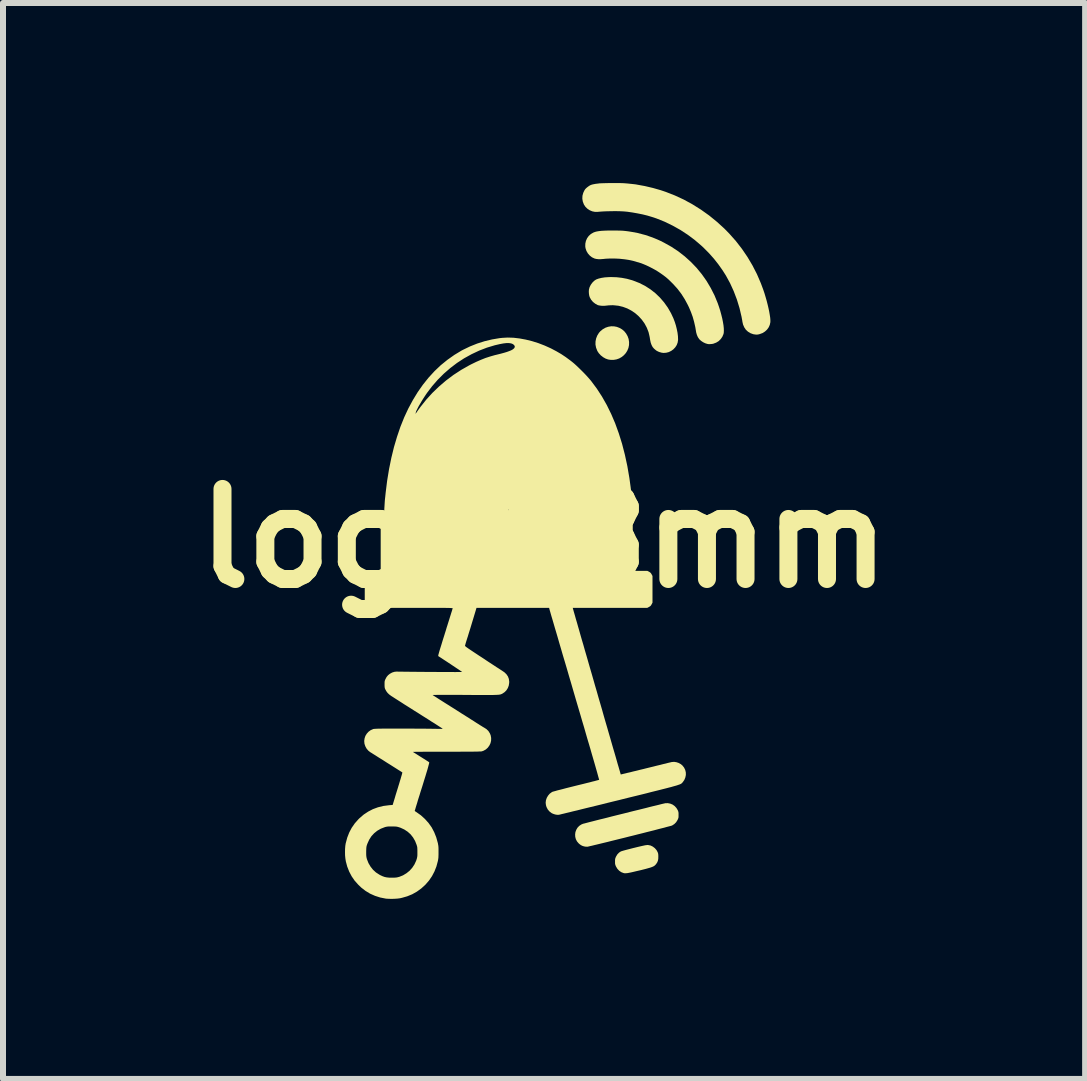
<source format=kicad_pcb>
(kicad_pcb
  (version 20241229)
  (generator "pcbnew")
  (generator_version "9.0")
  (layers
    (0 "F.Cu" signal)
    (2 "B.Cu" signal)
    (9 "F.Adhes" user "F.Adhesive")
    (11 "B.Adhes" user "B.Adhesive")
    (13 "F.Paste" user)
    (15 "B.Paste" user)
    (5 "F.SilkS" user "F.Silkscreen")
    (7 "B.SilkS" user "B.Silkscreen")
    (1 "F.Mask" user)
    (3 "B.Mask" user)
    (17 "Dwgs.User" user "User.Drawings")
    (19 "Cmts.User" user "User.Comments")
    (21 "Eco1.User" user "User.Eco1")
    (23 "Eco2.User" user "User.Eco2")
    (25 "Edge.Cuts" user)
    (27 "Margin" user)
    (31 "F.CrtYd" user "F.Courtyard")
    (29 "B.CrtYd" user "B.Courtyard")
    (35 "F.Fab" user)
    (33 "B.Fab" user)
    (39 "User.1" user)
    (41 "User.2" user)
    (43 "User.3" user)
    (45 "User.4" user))
  (footprint "logo_8mm"
    (layer "F.Cu")
    (at 6.014 5.918)
    (property "Reference" "logo_8mm" (at 0 0 0) (layer "F.SilkS") (effects (font (size 1.5 1.5) (thickness 0.3))))
    (attr board_only exclude_from_pos_files exclude_from_bom)
    (fp_poly (pts (xy 1.166 -3.531) (xy 1.213 -3.522) (xy 1.257 -3.505) (xy 1.299 -3.481) (xy 1.336 -3.45) (xy 1.367 -3.412) (xy 1.392 -3.368) (xy 1.409 -3.321) (xy 1.417 -3.27) (xy 1.416 -3.219) (xy 1.406 -3.171) (xy 1.388 -3.127) (xy 1.363 -3.086) (xy 1.331 -3.05) (xy 1.294 -3.02) (xy 1.252 -2.996) (xy 1.206 -2.98) (xy 1.157 -2.972) (xy 1.105 -2.973) (xy 1.067 -2.979) (xy 1.025 -2.994) (xy 0.983 -3.018) (xy 0.945 -3.048) (xy 0.913 -3.083) (xy 0.888 -3.12) (xy 0.887 -3.124) (xy 0.867 -3.175) (xy 0.857 -3.227) (xy 0.858 -3.28) (xy 0.868 -3.33) (xy 0.887 -3.378) (xy 0.915 -3.423) (xy 0.938 -3.449) (xy 0.979 -3.483) (xy 1.023 -3.508) (xy 1.07 -3.524) (xy 1.118 -3.532)) (stroke (width 0) (type solid)) (fill yes) (layer "F.SilkS"))
    (fp_poly (pts (xy 1.735 5.111) (xy 1.736 5.111) (xy 1.775 5.119) (xy 1.812 5.137) (xy 1.846 5.163) (xy 1.874 5.195) (xy 1.89 5.224) (xy 1.897 5.24) (xy 1.901 5.254) (xy 1.903 5.271) (xy 1.904 5.292) (xy 1.904 5.307) (xy 1.903 5.343) (xy 1.897 5.372) (xy 1.887 5.398) (xy 1.87 5.424) (xy 1.862 5.434) (xy 1.853 5.444) (xy 1.842 5.454) (xy 1.829 5.463) (xy 1.813 5.471) (xy 1.793 5.479) (xy 1.767 5.488) (xy 1.735 5.497) (xy 1.696 5.508) (xy 1.649 5.52) (xy 1.593 5.534) (xy 1.591 5.534) (xy 1.535 5.547) (xy 1.489 5.558) (xy 1.45 5.567) (xy 1.419 5.573) (xy 1.394 5.578) (xy 1.373 5.58) (xy 1.357 5.581) (xy 1.343 5.581) (xy 1.331 5.579) (xy 1.326 5.578) (xy 1.287 5.563) (xy 1.252 5.539) (xy 1.222 5.507) (xy 1.199 5.469) (xy 1.191 5.45) (xy 1.186 5.434) (xy 1.183 5.418) (xy 1.183 5.396) (xy 1.183 5.386) (xy 1.183 5.361) (xy 1.185 5.343) (xy 1.189 5.328) (xy 1.196 5.311) (xy 1.199 5.304) (xy 1.222 5.266) (xy 1.25 5.237) (xy 1.279 5.218) (xy 1.29 5.214) (xy 1.309 5.208) (xy 1.337 5.2) (xy 1.37 5.191) (xy 1.409 5.181) (xy 1.452 5.17) (xy 1.498 5.158) (xy 1.504 5.157) (xy 1.556 5.144) (xy 1.599 5.134) (xy 1.634 5.126) (xy 1.662 5.12) (xy 1.684 5.115) (xy 1.701 5.113) (xy 1.715 5.111) (xy 1.726 5.11)) (stroke (width 0) (type solid)) (fill yes) (layer "F.SilkS"))
    (fp_poly (pts (xy 1.21 -4.349) (xy 1.297 -4.339) (xy 1.382 -4.323) (xy 1.468 -4.299) (xy 1.488 -4.292) (xy 1.588 -4.253) (xy 1.683 -4.205) (xy 1.772 -4.148) (xy 1.855 -4.083) (xy 1.931 -4.01) (xy 2 -3.93) (xy 2.062 -3.843) (xy 2.116 -3.749) (xy 2.156 -3.663) (xy 2.178 -3.605) (xy 2.197 -3.545) (xy 2.212 -3.484) (xy 2.224 -3.424) (xy 2.231 -3.368) (xy 2.233 -3.318) (xy 2.233 -3.305) (xy 2.226 -3.26) (xy 2.21 -3.218) (xy 2.186 -3.181) (xy 2.155 -3.148) (xy 2.119 -3.122) (xy 2.078 -3.102) (xy 2.035 -3.091) (xy 1.99 -3.088) (xy 1.96 -3.092) (xy 1.917 -3.104) (xy 1.879 -3.122) (xy 1.861 -3.135) (xy 1.832 -3.16) (xy 1.809 -3.187) (xy 1.792 -3.219) (xy 1.778 -3.257) (xy 1.768 -3.303) (xy 1.765 -3.322) (xy 1.76 -3.353) (xy 1.753 -3.385) (xy 1.746 -3.414) (xy 1.741 -3.435) (xy 1.712 -3.509) (xy 1.675 -3.578) (xy 1.629 -3.642) (xy 1.577 -3.699) (xy 1.519 -3.75) (xy 1.455 -3.793) (xy 1.387 -3.829) (xy 1.314 -3.856) (xy 1.239 -3.874) (xy 1.162 -3.882) (xy 1.143 -3.883) (xy 1.114 -3.882) (xy 1.082 -3.881) (xy 1.053 -3.878) (xy 1.044 -3.877) (xy 1.005 -3.873) (xy 0.966 -3.873) (xy 0.931 -3.877) (xy 0.901 -3.883) (xy 0.895 -3.885) (xy 0.853 -3.908) (xy 0.815 -3.938) (xy 0.784 -3.975) (xy 0.761 -4.017) (xy 0.753 -4.043) (xy 0.748 -4.076) (xy 0.746 -4.11) (xy 0.748 -4.14) (xy 0.748 -4.144) (xy 0.759 -4.184) (xy 0.779 -4.223) (xy 0.805 -4.259) (xy 0.835 -4.289) (xy 0.867 -4.311) (xy 0.907 -4.326) (xy 0.956 -4.338) (xy 1.014 -4.347) (xy 1.08 -4.351) (xy 1.118 -4.352)) (stroke (width 0) (type solid)) (fill yes) (layer "F.SilkS"))
    (fp_poly (pts (xy 2.103 4.421) (xy 2.142 4.437) (xy 2.177 4.462) (xy 2.206 4.494) (xy 2.227 4.529) (xy 2.234 4.545) (xy 2.238 4.56) (xy 2.241 4.577) (xy 2.241 4.6) (xy 2.241 4.609) (xy 2.241 4.634) (xy 2.24 4.652) (xy 2.236 4.666) (xy 2.23 4.681) (xy 2.224 4.694) (xy 2.201 4.731) (xy 2.17 4.762) (xy 2.134 4.785) (xy 2.132 4.786) (xy 2.123 4.789) (xy 2.105 4.794) (xy 2.078 4.801) (xy 2.043 4.81) (xy 2.001 4.822) (xy 1.952 4.834) (xy 1.897 4.848) (xy 1.838 4.864) (xy 1.774 4.88) (xy 1.706 4.897) (xy 1.636 4.915) (xy 1.563 4.933) (xy 1.489 4.952) (xy 1.415 4.97) (xy 1.341 4.989) (xy 1.267 5.007) (xy 1.195 5.025) (xy 1.126 5.042) (xy 1.059 5.059) (xy 0.997 5.074) (xy 0.939 5.088) (xy 0.886 5.101) (xy 0.839 5.112) (xy 0.799 5.122) (xy 0.767 5.129) (xy 0.743 5.135) (xy 0.727 5.138) (xy 0.723 5.139) (xy 0.692 5.138) (xy 0.665 5.133) (xy 0.637 5.124) (xy 0.614 5.112) (xy 0.592 5.096) (xy 0.576 5.082) (xy 0.549 5.05) (xy 0.53 5.013) (xy 0.52 4.974) (xy 0.518 4.934) (xy 0.523 4.895) (xy 0.537 4.857) (xy 0.557 4.823) (xy 0.585 4.793) (xy 0.619 4.77) (xy 0.644 4.759) (xy 0.652 4.756) (xy 0.67 4.752) (xy 0.696 4.745) (xy 0.73 4.736) (xy 0.772 4.725) (xy 0.82 4.713) (xy 0.874 4.699) (xy 0.933 4.684) (xy 0.996 4.669) (xy 1.063 4.652) (xy 1.132 4.634) (xy 1.204 4.616) (xy 1.277 4.598) (xy 1.35 4.58) (xy 1.424 4.561) (xy 1.496 4.543) (xy 1.567 4.526) (xy 1.635 4.509) (xy 1.7 4.493) (xy 1.761 4.477) (xy 1.818 4.463) (xy 1.869 4.451) (xy 1.914 4.44) (xy 1.952 4.43) (xy 1.982 4.423) (xy 2.004 4.418) (xy 2.017 4.415) (xy 2.02 4.414) (xy 2.062 4.413)) (stroke (width 0) (type solid)) (fill yes) (layer "F.SilkS"))
    (fp_poly (pts (xy 1.218 -5.918) (xy 1.258 -5.918) (xy 1.292 -5.917) (xy 1.32 -5.916) (xy 1.338 -5.915) (xy 1.389 -5.911) (xy 1.436 -5.906) (xy 1.476 -5.902) (xy 1.51 -5.898) (xy 1.534 -5.895) (xy 1.538 -5.894) (xy 1.68 -5.868) (xy 1.816 -5.836) (xy 1.945 -5.799) (xy 2.028 -5.771) (xy 2.181 -5.711) (xy 2.33 -5.642) (xy 2.476 -5.562) (xy 2.616 -5.474) (xy 2.752 -5.377) (xy 2.882 -5.271) (xy 3.007 -5.157) (xy 3.089 -5.073) (xy 3.197 -4.951) (xy 3.297 -4.822) (xy 3.389 -4.687) (xy 3.472 -4.547) (xy 3.547 -4.401) (xy 3.612 -4.25) (xy 3.652 -4.143) (xy 3.673 -4.081) (xy 3.692 -4.017) (xy 3.71 -3.954) (xy 3.726 -3.891) (xy 3.74 -3.831) (xy 3.752 -3.774) (xy 3.761 -3.721) (xy 3.768 -3.675) (xy 3.771 -3.636) (xy 3.771 -3.606) (xy 3.771 -3.601) (xy 3.761 -3.555) (xy 3.742 -3.513) (xy 3.715 -3.476) (xy 3.68 -3.444) (xy 3.64 -3.419) (xy 3.594 -3.402) (xy 3.575 -3.397) (xy 3.548 -3.393) (xy 3.525 -3.394) (xy 3.498 -3.398) (xy 3.486 -3.4) (xy 3.439 -3.417) (xy 3.398 -3.442) (xy 3.363 -3.474) (xy 3.336 -3.514) (xy 3.316 -3.56) (xy 3.305 -3.608) (xy 3.303 -3.624) (xy 3.299 -3.646) (xy 3.294 -3.671) (xy 3.292 -3.685) (xy 3.257 -3.834) (xy 3.213 -3.978) (xy 3.16 -4.117) (xy 3.099 -4.251) (xy 3.029 -4.379) (xy 2.975 -4.464) (xy 2.905 -4.563) (xy 2.831 -4.657) (xy 2.751 -4.747) (xy 2.664 -4.835) (xy 2.618 -4.878) (xy 2.508 -4.972) (xy 2.391 -5.059) (xy 2.268 -5.139) (xy 2.139 -5.211) (xy 2.007 -5.275) (xy 1.872 -5.329) (xy 1.796 -5.354) (xy 1.723 -5.376) (xy 1.642 -5.396) (xy 1.557 -5.413) (xy 1.472 -5.428) (xy 1.389 -5.44) (xy 1.338 -5.445) (xy 1.303 -5.447) (xy 1.26 -5.449) (xy 1.211 -5.45) (xy 1.158 -5.45) (xy 1.104 -5.449) (xy 1.049 -5.448) (xy 0.998 -5.446) (xy 0.951 -5.443) (xy 0.911 -5.44) (xy 0.895 -5.438) (xy 0.849 -5.438) (xy 0.804 -5.447) (xy 0.761 -5.465) (xy 0.723 -5.49) (xy 0.69 -5.522) (xy 0.665 -5.56) (xy 0.664 -5.562) (xy 0.646 -5.609) (xy 0.638 -5.657) (xy 0.64 -5.706) (xy 0.653 -5.754) (xy 0.662 -5.774) (xy 0.674 -5.798) (xy 0.685 -5.815) (xy 0.699 -5.83) (xy 0.716 -5.845) (xy 0.737 -5.861) (xy 0.756 -5.874) (xy 0.777 -5.885) (xy 0.8 -5.893) (xy 0.827 -5.899) (xy 0.86 -5.905) (xy 0.901 -5.91) (xy 0.924 -5.913) (xy 0.943 -5.914) (xy 0.97 -5.915) (xy 1.004 -5.916) (xy 1.043 -5.917) (xy 1.086 -5.918) (xy 1.13 -5.918) (xy 1.175 -5.918)) (stroke (width 0) (type solid)) (fill yes) (layer "F.SilkS"))
    (fp_poly (pts (xy 1.159 -5.127) (xy 1.212 -5.127) (xy 1.258 -5.126) (xy 1.297 -5.125) (xy 1.334 -5.122) (xy 1.37 -5.118) (xy 1.408 -5.113) (xy 1.451 -5.106) (xy 1.5 -5.098) (xy 1.512 -5.096) (xy 1.531 -5.092) (xy 1.548 -5.089) (xy 1.566 -5.085) (xy 1.587 -5.079) (xy 1.613 -5.073) (xy 1.643 -5.064) (xy 1.664 -5.059) (xy 1.685 -5.053) (xy 1.694 -5.051) (xy 1.71 -5.046) (xy 1.723 -5.042) (xy 1.725 -5.041) (xy 1.735 -5.037) (xy 1.751 -5.031) (xy 1.772 -5.024) (xy 1.78 -5.021) (xy 1.836 -5) (xy 1.889 -4.978) (xy 1.944 -4.953) (xy 1.999 -4.925) (xy 2.121 -4.857) (xy 2.236 -4.781) (xy 2.345 -4.696) (xy 2.447 -4.604) (xy 2.542 -4.505) (xy 2.629 -4.399) (xy 2.708 -4.287) (xy 2.778 -4.169) (xy 2.841 -4.045) (xy 2.894 -3.916) (xy 2.913 -3.861) (xy 2.935 -3.793) (xy 2.953 -3.726) (xy 2.969 -3.662) (xy 2.981 -3.602) (xy 2.99 -3.547) (xy 2.995 -3.498) (xy 2.996 -3.455) (xy 2.994 -3.421) (xy 2.99 -3.403) (xy 2.971 -3.358) (xy 2.944 -3.319) (xy 2.91 -3.285) (xy 2.869 -3.26) (xy 2.824 -3.243) (xy 2.819 -3.241) (xy 2.794 -3.237) (xy 2.766 -3.235) (xy 2.74 -3.235) (xy 2.721 -3.238) (xy 2.686 -3.249) (xy 2.651 -3.266) (xy 2.618 -3.288) (xy 2.592 -3.311) (xy 2.587 -3.317) (xy 2.57 -3.34) (xy 2.555 -3.368) (xy 2.544 -3.397) (xy 2.537 -3.423) (xy 2.536 -3.424) (xy 2.52 -3.519) (xy 2.5 -3.607) (xy 2.477 -3.689) (xy 2.448 -3.769) (xy 2.414 -3.849) (xy 2.394 -3.89) (xy 2.344 -3.983) (xy 2.288 -4.071) (xy 2.225 -4.154) (xy 2.154 -4.233) (xy 2.075 -4.311) (xy 2.046 -4.336) (xy 2.022 -4.356) (xy 1.992 -4.379) (xy 1.957 -4.404) (xy 1.922 -4.428) (xy 1.888 -4.45) (xy 1.873 -4.46) (xy 1.833 -4.482) (xy 1.79 -4.505) (xy 1.745 -4.528) (xy 1.7 -4.549) (xy 1.657 -4.567) (xy 1.619 -4.582) (xy 1.587 -4.592) (xy 1.583 -4.594) (xy 1.571 -4.597) (xy 1.552 -4.602) (xy 1.529 -4.609) (xy 1.52 -4.612) (xy 1.483 -4.622) (xy 1.448 -4.63) (xy 1.414 -4.637) (xy 1.377 -4.643) (xy 1.334 -4.649) (xy 1.314 -4.651) (xy 1.258 -4.657) (xy 1.197 -4.66) (xy 1.135 -4.661) (xy 1.075 -4.66) (xy 1.021 -4.657) (xy 0.996 -4.654) (xy 0.946 -4.65) (xy 0.905 -4.65) (xy 0.87 -4.654) (xy 0.841 -4.661) (xy 0.799 -4.681) (xy 0.762 -4.71) (xy 0.731 -4.745) (xy 0.707 -4.786) (xy 0.692 -4.83) (xy 0.687 -4.86) (xy 0.688 -4.909) (xy 0.698 -4.955) (xy 0.717 -4.998) (xy 0.744 -5.036) (xy 0.779 -5.068) (xy 0.821 -5.093) (xy 0.85 -5.104) (xy 0.877 -5.111) (xy 0.912 -5.117) (xy 0.954 -5.122) (xy 1.005 -5.125) (xy 1.065 -5.127) (xy 1.134 -5.127)) (stroke (width 0) (type solid)) (fill yes) (layer "F.SilkS"))
    (fp_poly (pts (xy -0.508 -3.341) (xy -0.407 -3.329) (xy -0.304 -3.31) (xy -0.199 -3.284) (xy -0.094 -3.251) (xy 0.01 -3.211) (xy 0.112 -3.165) (xy 0.122 -3.16) (xy 0.207 -3.115) (xy 0.286 -3.069) (xy 0.361 -3.019) (xy 0.437 -2.963) (xy 0.464 -2.942) (xy 0.497 -2.915) (xy 0.535 -2.881) (xy 0.576 -2.842) (xy 0.619 -2.8) (xy 0.662 -2.757) (xy 0.703 -2.714) (xy 0.74 -2.673) (xy 0.772 -2.636) (xy 0.786 -2.619) (xy 0.879 -2.494) (xy 0.966 -2.36) (xy 1.046 -2.219) (xy 1.119 -2.07) (xy 1.186 -1.913) (xy 1.246 -1.747) (xy 1.3 -1.574) (xy 1.347 -1.392) (xy 1.388 -1.202) (xy 1.422 -1.004) (xy 1.443 -0.851) (xy 1.448 -0.808) (xy 1.453 -0.77) (xy 1.457 -0.735) (xy 1.461 -0.703) (xy 1.464 -0.671) (xy 1.467 -0.641) (xy 1.469 -0.61) (xy 1.471 -0.578) (xy 1.473 -0.545) (xy 1.474 -0.508) (xy 1.475 -0.469) (xy 1.476 -0.424) (xy 1.477 -0.375) (xy 1.477 -0.319) (xy 1.478 -0.256) (xy 1.478 -0.186) (xy 1.478 -0.106) (xy 1.479 -0.018) (xy 1.479 0.004) (xy 1.481 0.543) (xy 1.601 0.543) (xy 1.721 0.543) (xy 1.749 0.557) (xy 1.768 0.569) (xy 1.781 0.582) (xy 1.792 0.6) (xy 1.807 0.628) (xy 1.807 0.851) (xy 1.807 1.073) (xy 1.792 1.101) (xy 1.781 1.12) (xy 1.767 1.133) (xy 1.749 1.144) (xy 1.721 1.159) (xy 1.1 1.159) (xy 0.478 1.159) (xy 0.482 1.173) (xy 0.484 1.181) (xy 0.489 1.198) (xy 0.496 1.224) (xy 0.506 1.258) (xy 0.518 1.3) (xy 0.532 1.35) (xy 0.549 1.407) (xy 0.567 1.471) (xy 0.587 1.54) (xy 0.608 1.615) (xy 0.631 1.695) (xy 0.656 1.779) (xy 0.681 1.868) (xy 0.708 1.96) (xy 0.735 2.054) (xy 0.763 2.152) (xy 0.792 2.251) (xy 0.821 2.352) (xy 0.85 2.454) (xy 0.88 2.556) (xy 0.909 2.659) (xy 0.939 2.761) (xy 0.968 2.861) (xy 0.996 2.961) (xy 1.024 3.058) (xy 1.052 3.153) (xy 1.078 3.244) (xy 1.104 3.333) (xy 1.128 3.417) (xy 1.151 3.497) (xy 1.173 3.571) (xy 1.193 3.64) (xy 1.211 3.703) (xy 1.227 3.76) (xy 1.242 3.81) (xy 1.254 3.852) (xy 1.264 3.886) (xy 1.271 3.911) (xy 1.276 3.928) (xy 1.278 3.934) (xy 1.278 3.935) (xy 1.284 3.934) (xy 1.298 3.931) (xy 1.322 3.925) (xy 1.353 3.918) (xy 1.392 3.908) (xy 1.437 3.898) (xy 1.487 3.885) (xy 1.543 3.872) (xy 1.602 3.857) (xy 1.665 3.842) (xy 1.692 3.835) (xy 1.757 3.819) (xy 1.819 3.804) (xy 1.878 3.789) (xy 1.933 3.776) (xy 1.983 3.763) (xy 2.027 3.753) (xy 2.064 3.743) (xy 2.094 3.736) (xy 2.116 3.731) (xy 2.128 3.728) (xy 2.13 3.728) (xy 2.167 3.725) (xy 2.206 3.731) (xy 2.245 3.744) (xy 2.28 3.764) (xy 2.305 3.785) (xy 2.333 3.82) (xy 2.352 3.859) (xy 2.362 3.9) (xy 2.363 3.943) (xy 2.354 3.986) (xy 2.337 4.027) (xy 2.311 4.064) (xy 2.306 4.069) (xy 2.302 4.074) (xy 2.298 4.079) (xy 2.293 4.083) (xy 2.287 4.087) (xy 2.28 4.092) (xy 2.271 4.096) (xy 2.26 4.101) (xy 2.245 4.106) (xy 2.228 4.112) (xy 2.207 4.119) (xy 2.182 4.126) (xy 2.153 4.134) (xy 2.119 4.144) (xy 2.079 4.154) (xy 2.034 4.166) (xy 1.982 4.179) (xy 1.924 4.194) (xy 1.859 4.21) (xy 1.786 4.228) (xy 1.706 4.249) (xy 1.617 4.271) (xy 1.519 4.295) (xy 1.412 4.321) (xy 1.296 4.35) (xy 1.249 4.362) (xy 1.149 4.386) (xy 1.052 4.41) (xy 0.957 4.434) (xy 0.867 4.456) (xy 0.78 4.477) (xy 0.698 4.497) (xy 0.621 4.516) (xy 0.55 4.534) (xy 0.485 4.549) (xy 0.426 4.564) (xy 0.375 4.576) (xy 0.331 4.587) (xy 0.296 4.595) (xy 0.269 4.602) (xy 0.251 4.606) (xy 0.243 4.607) (xy 0.243 4.607) (xy 0.217 4.607) (xy 0.186 4.602) (xy 0.155 4.592) (xy 0.128 4.58) (xy 0.127 4.579) (xy 0.091 4.552) (xy 0.062 4.518) (xy 0.041 4.477) (xy 0.032 4.446) (xy 0.027 4.406) (xy 0.032 4.364) (xy 0.046 4.324) (xy 0.067 4.288) (xy 0.094 4.256) (xy 0.128 4.231) (xy 0.138 4.225) (xy 0.147 4.222) (xy 0.165 4.217) (xy 0.191 4.21) (xy 0.225 4.2) (xy 0.266 4.19) (xy 0.313 4.178) (xy 0.365 4.164) (xy 0.421 4.15) (xy 0.481 4.135) (xy 0.537 4.121) (xy 0.598 4.106) (xy 0.656 4.092) (xy 0.711 4.078) (xy 0.761 4.066) (xy 0.805 4.054) (xy 0.843 4.045) (xy 0.875 4.036) (xy 0.898 4.03) (xy 0.913 4.026) (xy 0.918 4.025) (xy 0.917 4.019) (xy 0.913 4.004) (xy 0.906 3.98) (xy 0.897 3.947) (xy 0.886 3.906) (xy 0.872 3.857) (xy 0.856 3.801) (xy 0.838 3.738) (xy 0.818 3.669) (xy 0.796 3.594) (xy 0.773 3.513) (xy 0.748 3.428) (xy 0.721 3.338) (xy 0.694 3.244) (xy 0.666 3.146) (xy 0.636 3.046) (xy 0.612 2.963) (xy 0.57 2.821) (xy 0.529 2.682) (xy 0.49 2.548) (xy 0.452 2.417) (xy 0.415 2.292) (xy 0.38 2.171) (xy 0.346 2.056) (xy 0.313 1.946) (xy 0.283 1.842) (xy 0.254 1.744) (xy 0.228 1.653) (xy 0.203 1.568) (xy 0.18 1.491) (xy 0.16 1.422) (xy 0.142 1.36) (xy 0.126 1.307) (xy 0.113 1.262) (xy 0.103 1.226) (xy 0.095 1.199) (xy 0.09 1.182) (xy 0.089 1.176) (xy 0.084 1.159) (xy -0.52 1.159) (xy -1.125 1.159) (xy -1.181 1.345) (xy -1.196 1.394) (xy -1.212 1.447) (xy -1.228 1.5) (xy -1.244 1.551) (xy -1.259 1.599) (xy -1.271 1.64) (xy -1.277 1.657) (xy -1.288 1.692) (xy -1.298 1.724) (xy -1.306 1.751) (xy -1.312 1.773) (xy -1.316 1.787) (xy -1.317 1.792) (xy -1.312 1.798) (xy -1.3 1.809) (xy -1.279 1.824) (xy -1.252 1.843) (xy -1.244 1.848) (xy -1.225 1.861) (xy -1.198 1.879) (xy -1.165 1.901) (xy -1.127 1.926) (xy -1.085 1.954) (xy -1.04 1.983) (xy -0.994 2.013) (xy -0.956 2.039) (xy -0.912 2.068) (xy -0.869 2.096) (xy -0.829 2.122) (xy -0.793 2.146) (xy -0.761 2.166) (xy -0.735 2.183) (xy -0.715 2.196) (xy -0.704 2.203) (xy -0.66 2.233) (xy -0.626 2.266) (xy -0.601 2.303) (xy -0.586 2.344) (xy -0.58 2.389) (xy -0.581 2.412) (xy -0.588 2.455) (xy -0.603 2.495) (xy -0.626 2.532) (xy -0.655 2.562) (xy -0.688 2.585) (xy -0.689 2.586) (xy -0.698 2.59) (xy -0.705 2.594) (xy -0.713 2.597) (xy -0.721 2.6) (xy -0.731 2.603) (xy -0.743 2.605) (xy -0.757 2.607) (xy -0.775 2.608) (xy -0.796 2.609) (xy -0.822 2.61) (xy -0.852 2.611) (xy -0.889 2.611) (xy -0.932 2.611) (xy -0.982 2.611) (xy -1.04 2.611) (xy -1.106 2.611) (xy -1.18 2.611) (xy -1.265 2.61) (xy -1.317 2.61) (xy -1.403 2.609) (xy -1.482 2.609) (xy -1.555 2.609) (xy -1.622 2.609) (xy -1.681 2.609) (xy -1.732 2.609) (xy -1.775 2.609) (xy -1.81 2.61) (xy -1.835 2.61) (xy -1.851 2.611) (xy -1.857 2.611) (xy -1.857 2.611) (xy -1.851 2.615) (xy -1.838 2.624) (xy -1.817 2.637) (xy -1.79 2.654) (xy -1.758 2.675) (xy -1.72 2.699) (xy -1.679 2.725) (xy -1.635 2.753) (xy -1.614 2.766) (xy -1.554 2.804) (xy -1.501 2.837) (xy -1.454 2.867) (xy -1.412 2.894) (xy -1.373 2.919) (xy -1.335 2.942) (xy -1.298 2.966) (xy -1.259 2.99) (xy -1.218 3.017) (xy -1.173 3.045) (xy -1.124 3.077) (xy -1.093 3.096) (xy -1.064 3.115) (xy -1.039 3.13) (xy -1.019 3.143) (xy -1.005 3.151) (xy -1.001 3.153) (xy -0.96 3.179) (xy -0.927 3.211) (xy -0.902 3.251) (xy -0.889 3.283) (xy -0.881 3.327) (xy -0.882 3.371) (xy -0.892 3.414) (xy -0.911 3.453) (xy -0.936 3.488) (xy -0.969 3.518) (xy -1.008 3.54) (xy -1.031 3.548) (xy -1.036 3.55) (xy -1.044 3.551) (xy -1.056 3.552) (xy -1.071 3.552) (xy -1.091 3.553) (xy -1.115 3.554) (xy -1.146 3.554) (xy -1.182 3.555) (xy -1.225 3.555) (xy -1.275 3.555) (xy -1.334 3.555) (xy -1.4 3.556) (xy -1.476 3.556) (xy -1.561 3.556) (xy -1.622 3.556) (xy -1.699 3.556) (xy -1.774 3.556) (xy -1.844 3.556) (xy -1.909 3.556) (xy -1.969 3.556) (xy -2.023 3.557) (xy -2.07 3.557) (xy -2.11 3.558) (xy -2.142 3.558) (xy -2.165 3.559) (xy -2.179 3.559) (xy -2.183 3.56) (xy -2.178 3.564) (xy -2.164 3.573) (xy -2.144 3.585) (xy -2.119 3.601) (xy -2.089 3.62) (xy -2.056 3.641) (xy -2.049 3.645) (xy -2.016 3.666) (xy -1.985 3.685) (xy -1.959 3.702) (xy -1.937 3.716) (xy -1.922 3.726) (xy -1.914 3.731) (xy -1.914 3.732) (xy -1.913 3.738) (xy -1.916 3.755) (xy -1.923 3.78) (xy -1.932 3.815) (xy -1.944 3.858) (xy -1.96 3.91) (xy -1.978 3.97) (xy -1.999 4.037) (xy -2.017 4.096) (xy -2.03 4.138) (xy -2.044 4.182) (xy -2.059 4.229) (xy -2.073 4.276) (xy -2.088 4.322) (xy -2.102 4.367) (xy -2.114 4.409) (xy -2.126 4.447) (xy -2.136 4.48) (xy -2.144 4.508) (xy -2.15 4.528) (xy -2.154 4.539) (xy -2.154 4.542) (xy -2.15 4.546) (xy -2.14 4.554) (xy -2.127 4.562) (xy -2.051 4.616) (xy -1.984 4.677) (xy -1.924 4.744) (xy -1.872 4.817) (xy -1.83 4.897) (xy -1.796 4.982) (xy -1.771 5.072) (xy -1.769 5.078) (xy -1.765 5.102) (xy -1.761 5.124) (xy -1.759 5.148) (xy -1.758 5.176) (xy -1.758 5.21) (xy -1.758 5.228) (xy -1.758 5.266) (xy -1.759 5.297) (xy -1.76 5.322) (xy -1.763 5.345) (xy -1.767 5.368) (xy -1.769 5.378) (xy -1.793 5.468) (xy -1.826 5.552) (xy -1.867 5.63) (xy -1.917 5.703) (xy -1.976 5.771) (xy -1.977 5.772) (xy -2.045 5.834) (xy -2.118 5.887) (xy -2.196 5.931) (xy -2.279 5.965) (xy -2.366 5.99) (xy -2.402 5.998) (xy -2.441 6.003) (xy -2.486 6.006) (xy -2.533 6.008) (xy -2.579 6.007) (xy -2.621 6.005) (xy -2.639 6.003) (xy -2.73 5.985) (xy -2.817 5.957) (xy -2.898 5.921) (xy -2.974 5.875) (xy -3.045 5.82) (xy -3.095 5.772) (xy -3.155 5.705) (xy -3.205 5.632) (xy -3.246 5.554) (xy -3.279 5.47) (xy -3.303 5.38) (xy -3.303 5.378) (xy -3.31 5.334) (xy -3.315 5.283) (xy -3.316 5.229) (xy -3.316 5.228) (xy -2.963 5.228) (xy -2.963 5.261) (xy -2.962 5.286) (xy -2.96 5.305) (xy -2.957 5.322) (xy -2.953 5.338) (xy -2.951 5.346) (xy -2.925 5.412) (xy -2.891 5.47) (xy -2.85 5.522) (xy -2.801 5.567) (xy -2.744 5.604) (xy -2.726 5.614) (xy -2.689 5.631) (xy -2.655 5.643) (xy -2.621 5.65) (xy -2.583 5.654) (xy -2.539 5.655) (xy -2.523 5.655) (xy -2.489 5.654) (xy -2.462 5.652) (xy -2.44 5.648) (xy -2.421 5.643) (xy -2.415 5.642) (xy -2.35 5.616) (xy -2.292 5.581) (xy -2.24 5.539) (xy -2.196 5.49) (xy -2.159 5.434) (xy -2.13 5.371) (xy -2.122 5.346) (xy -2.117 5.329) (xy -2.114 5.313) (xy -2.111 5.295) (xy -2.11 5.273) (xy -2.11 5.244) (xy -2.11 5.228) (xy -2.11 5.195) (xy -2.111 5.17) (xy -2.112 5.151) (xy -2.115 5.134) (xy -2.12 5.118) (xy -2.122 5.11) (xy -2.148 5.044) (xy -2.182 4.985) (xy -2.223 4.933) (xy -2.272 4.889) (xy -2.328 4.852) (xy -2.391 4.823) (xy -2.418 4.814) (xy -2.435 4.809) (xy -2.452 4.805) (xy -2.47 4.803) (xy -2.492 4.802) (xy -2.521 4.801) (xy -2.536 4.801) (xy -2.569 4.802) (xy -2.594 4.802) (xy -2.613 4.804) (xy -2.63 4.807) (xy -2.647 4.811) (xy -2.655 4.814) (xy -2.72 4.839) (xy -2.779 4.873) (xy -2.831 4.915) (xy -2.876 4.964) (xy -2.912 5.02) (xy -2.941 5.083) (xy -2.951 5.11) (xy -2.956 5.127) (xy -2.959 5.143) (xy -2.961 5.161) (xy -2.962 5.183) (xy -2.963 5.212) (xy -2.963 5.228) (xy -3.316 5.228) (xy -3.315 5.175) (xy -3.311 5.124) (xy -3.304 5.08) (xy -3.303 5.078) (xy -3.279 4.988) (xy -3.246 4.903) (xy -3.205 4.825) (xy -3.154 4.751) (xy -3.094 4.683) (xy -3.073 4.662) (xy -3.004 4.603) (xy -2.93 4.554) (xy -2.851 4.513) (xy -2.767 4.482) (xy -2.678 4.46) (xy -2.585 4.448) (xy -2.576 4.447) (xy -2.522 4.443) (xy -2.485 4.322) (xy -2.473 4.28) (xy -2.459 4.235) (xy -2.445 4.19) (xy -2.432 4.148) (xy -2.421 4.111) (xy -2.419 4.106) (xy -2.404 4.055) (xy -2.39 4.01) (xy -2.379 3.971) (xy -2.37 3.941) (xy -2.364 3.918) (xy -2.361 3.905) (xy -2.361 3.901) (xy -2.365 3.898) (xy -2.378 3.89) (xy -2.398 3.877) (xy -2.424 3.861) (xy -2.455 3.841) (xy -2.49 3.819) (xy -2.528 3.795) (xy -2.569 3.769) (xy -2.611 3.743) (xy -2.653 3.716) (xy -2.695 3.689) (xy -2.736 3.664) (xy -2.774 3.64) (xy -2.808 3.618) (xy -2.839 3.599) (xy -2.864 3.583) (xy -2.883 3.571) (xy -2.895 3.564) (xy -2.898 3.562) (xy -2.929 3.537) (xy -2.956 3.505) (xy -2.977 3.467) (xy -2.991 3.426) (xy -2.992 3.421) (xy -2.996 3.377) (xy -2.99 3.334) (xy -2.976 3.292) (xy -2.953 3.255) (xy -2.924 3.223) (xy -2.888 3.197) (xy -2.847 3.179) (xy -2.846 3.178) (xy -2.84 3.177) (xy -2.831 3.176) (xy -2.819 3.175) (xy -2.802 3.174) (xy -2.781 3.173) (xy -2.755 3.172) (xy -2.722 3.172) (xy -2.683 3.171) (xy -2.636 3.171) (xy -2.581 3.171) (xy -2.518 3.171) (xy -2.444 3.171) (xy -2.405 3.171) (xy -2.335 3.171) (xy -2.264 3.171) (xy -2.195 3.171) (xy -2.127 3.172) (xy -2.063 3.172) (xy -2.003 3.172) (xy -1.949 3.173) (xy -1.902 3.173) (xy -1.863 3.174) (xy -1.836 3.174) (xy -1.789 3.175) (xy -1.751 3.175) (xy -1.722 3.175) (xy -1.701 3.175) (xy -1.69 3.173) (xy -1.688 3.172) (xy -1.693 3.169) (xy -1.707 3.16) (xy -1.728 3.147) (xy -1.756 3.129) (xy -1.79 3.107) (xy -1.83 3.081) (xy -1.876 3.053) (xy -1.925 3.021) (xy -1.979 2.987) (xy -2.035 2.952) (xy -2.094 2.914) (xy -2.096 2.913) (xy -2.157 2.875) (xy -2.215 2.838) (xy -2.272 2.802) (xy -2.325 2.769) (xy -2.374 2.737) (xy -2.418 2.709) (xy -2.457 2.684) (xy -2.49 2.663) (xy -2.516 2.646) (xy -2.535 2.634) (xy -2.545 2.628) (xy -2.58 2.602) (xy -2.606 2.577) (xy -2.627 2.549) (xy -2.643 2.52) (xy -2.65 2.505) (xy -2.654 2.491) (xy -2.656 2.475) (xy -2.657 2.455) (xy -2.657 2.434) (xy -2.657 2.407) (xy -2.656 2.388) (xy -2.653 2.374) (xy -2.648 2.36) (xy -2.643 2.348) (xy -2.623 2.311) (xy -2.599 2.282) (xy -2.569 2.258) (xy -2.531 2.237) (xy -2.493 2.225) (xy -2.456 2.221) (xy -2.446 2.221) (xy -2.433 2.222) (xy -2.411 2.222) (xy -2.381 2.223) (xy -2.344 2.223) (xy -2.3 2.224) (xy -2.251 2.224) (xy -2.196 2.225) (xy -2.138 2.225) (xy -2.077 2.226) (xy -2.013 2.226) (xy -1.948 2.227) (xy -1.883 2.227) (xy -1.818 2.227) (xy -1.754 2.228) (xy -1.692 2.228) (xy -1.633 2.228) (xy -1.577 2.228) (xy -1.526 2.228) (xy -1.481 2.229) (xy -1.442 2.228) (xy -1.41 2.228) (xy -1.385 2.228) (xy -1.37 2.228) (xy -1.364 2.227) (xy -1.364 2.227) (xy -1.369 2.224) (xy -1.381 2.216) (xy -1.399 2.203) (xy -1.424 2.186) (xy -1.453 2.167) (xy -1.486 2.145) (xy -1.522 2.121) (xy -1.559 2.096) (xy -1.597 2.071) (xy -1.635 2.046) (xy -1.672 2.022) (xy -1.705 2) (xy -1.736 1.98) (xy -1.761 1.964) (xy -1.763 1.957) (xy -1.76 1.94) (xy -1.754 1.919) (xy -1.748 1.897) (xy -1.739 1.866) (xy -1.728 1.83) (xy -1.715 1.789) (xy -1.702 1.746) (xy -1.689 1.703) (xy -1.676 1.662) (xy -1.664 1.624) (xy -1.654 1.592) (xy -1.654 1.591) (xy -1.645 1.563) (xy -1.634 1.528) (xy -1.623 1.49) (xy -1.611 1.453) (xy -1.604 1.43) (xy -1.592 1.392) (xy -1.579 1.351) (xy -1.566 1.309) (xy -1.554 1.271) (xy -1.549 1.254) (xy -1.54 1.226) (xy -1.532 1.201) (xy -1.527 1.182) (xy -1.523 1.169) (xy -1.522 1.165) (xy -1.524 1.164) (xy -1.53 1.164) (xy -1.541 1.163) (xy -1.556 1.162) (xy -1.578 1.161) (xy -1.604 1.161) (xy -1.638 1.16) (xy -1.678 1.16) (xy -1.725 1.16) (xy -1.781 1.159) (xy -1.844 1.159) (xy -1.916 1.159) (xy -1.997 1.159) (xy -2.087 1.159) (xy -2.188 1.159) (xy -2.212 1.159) (xy -2.901 1.159) (xy -2.929 1.144) (xy -2.948 1.133) (xy -2.961 1.119) (xy -2.972 1.101) (xy -2.987 1.073) (xy -2.987 0.851) (xy -2.987 0.628) (xy -2.972 0.6) (xy -2.96 0.581) (xy -2.947 0.568) (xy -2.929 0.557) (xy -2.901 0.543) (xy -2.783 0.543) (xy -2.665 0.543) (xy -2.665 0.043) (xy -2.665 -0.047) (xy -2.665 -0.126) (xy -2.665 -0.197) (xy -2.665 -0.26) (xy -2.664 -0.316) (xy -2.664 -0.366) (xy -2.663 -0.411) (xy -2.662 -0.451) (xy -2.661 -0.477) (xy -0.594 -0.477) (xy -0.593 -0.466) (xy -0.592 -0.463) (xy -0.592 -0.465) (xy -0.591 -0.477) (xy -0.592 -0.486) (xy -0.593 -0.489) (xy -0.594 -0.482) (xy -0.594 -0.477) (xy -2.661 -0.477) (xy -2.661 -0.488) (xy -2.659 -0.522) (xy -2.657 -0.555) (xy -2.655 -0.587) (xy -2.653 -0.619) (xy -2.65 -0.653) (xy -2.646 -0.688) (xy -2.642 -0.726) (xy -2.639 -0.756) (xy -2.614 -0.958) (xy -2.582 -1.153) (xy -2.544 -1.34) (xy -2.5 -1.52) (xy -2.449 -1.692) (xy -2.393 -1.857) (xy -2.33 -2.014) (xy -2.298 -2.083) (xy -2.142 -2.083) (xy -2.141 -2.078) (xy -2.137 -2.081) (xy -2.128 -2.091) (xy -2.118 -2.106) (xy -2.104 -2.126) (xy -2.086 -2.151) (xy -2.067 -2.177) (xy -2.056 -2.192) (xy -1.962 -2.31) (xy -1.86 -2.422) (xy -1.749 -2.529) (xy -1.632 -2.629) (xy -1.508 -2.722) (xy -1.379 -2.806) (xy -1.245 -2.882) (xy -1.212 -2.899) (xy -1.13 -2.939) (xy -1.052 -2.973) (xy -0.977 -3.003) (xy -0.9 -3.028) (xy -0.82 -3.051) (xy -0.782 -3.06) (xy -0.718 -3.076) (xy -0.663 -3.091) (xy -0.617 -3.105) (xy -0.579 -3.119) (xy -0.549 -3.131) (xy -0.525 -3.144) (xy -0.508 -3.157) (xy -0.498 -3.166) (xy -0.488 -3.184) (xy -0.488 -3.201) (xy -0.499 -3.219) (xy -0.502 -3.222) (xy -0.522 -3.237) (xy -0.549 -3.247) (xy -0.584 -3.252) (xy -0.627 -3.252) (xy -0.678 -3.246) (xy -0.737 -3.235) (xy -0.806 -3.219) (xy -0.819 -3.216) (xy -0.952 -3.176) (xy -1.082 -3.126) (xy -1.209 -3.066) (xy -1.332 -2.998) (xy -1.45 -2.921) (xy -1.563 -2.835) (xy -1.67 -2.742) (xy -1.771 -2.641) (xy -1.865 -2.533) (xy -1.945 -2.428) (xy -1.97 -2.392) (xy -1.995 -2.354) (xy -2.02 -2.315) (xy -2.044 -2.276) (xy -2.066 -2.238) (xy -2.087 -2.203) (xy -2.104 -2.17) (xy -2.118 -2.142) (xy -2.129 -2.12) (xy -2.134 -2.104) (xy -2.135 -2.097) (xy -2.135 -2.092) (xy -2.137 -2.093) (xy -2.14 -2.09) (xy -2.142 -2.083) (xy -2.298 -2.083) (xy -2.261 -2.162) (xy -2.185 -2.303) (xy -2.104 -2.436) (xy -2.017 -2.56) (xy -1.924 -2.676) (xy -1.825 -2.784) (xy -1.721 -2.883) (xy -1.61 -2.973) (xy -1.494 -3.055) (xy -1.373 -3.128) (xy -1.348 -3.141) (xy -1.234 -3.196) (xy -1.114 -3.244) (xy -0.991 -3.283) (xy -0.866 -3.313) (xy -0.742 -3.334) (xy -0.696 -3.339) (xy -0.605 -3.344)) (stroke (width 0) (type solid)) (fill yes) (layer "F.SilkS")))
  (gr_rect
    (start -3 -3)
    (end 15.029 14.926)
    (stroke (width 0.1) (type default))
    (fill no)
    (layer "Edge.Cuts")))
</source>
